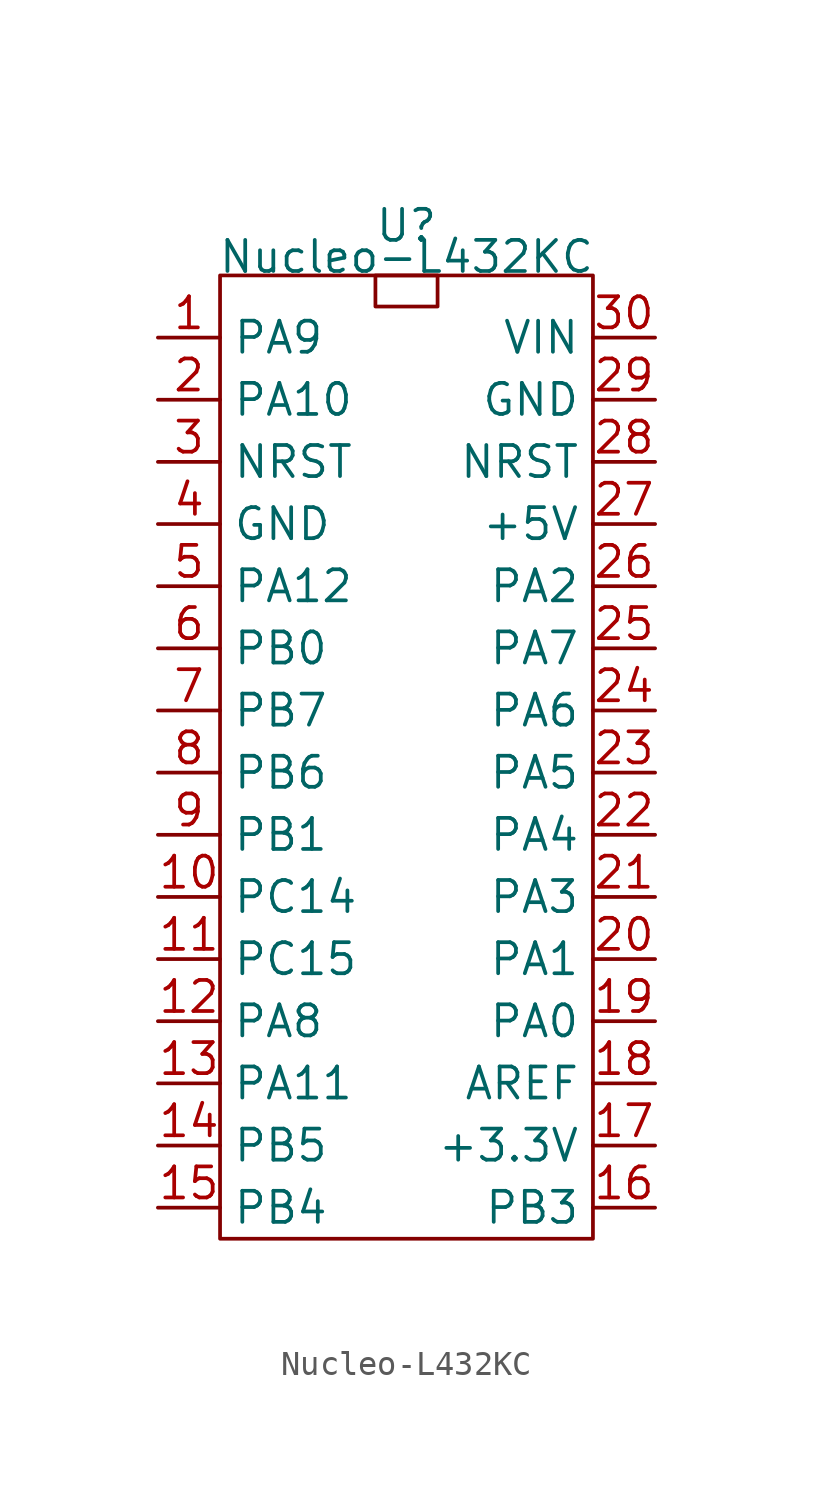
<source format=kicad_sym>
(kicad_symbol_lib
  (version 20241209)
  (generator "kicad_symbol_editor")
  (generator_version "9.0")
  (symbol "Nucleo-L432KC"
    (property "Reference" "U"
      (at 0 2.032 0)
      (effects (font (size 1.27 1.27))))
    (property "Value" "Nucleo-L432KC"
      (at 0 0.762 0)
      (effects (font (size 1.27 1.27))))
    (symbol "Nucleo-L432KC_0_1"
      (rectangle (start -7.62 0) (end 7.62 -39.37) (stroke (width 0) (type default)) (fill (type none)))
      (rectangle (start -1.27 0) (end 1.27 -1.27) (stroke (width 0) (type default)) (fill (type none))))
    (symbol "Nucleo-L432KC_1_1"
      (pin bidirectional line (at -10.16 -2.54 0) (length 2.54) (name "PA9" (effects (font (size 1.27 1.27)))) (number "1" (effects (font (size 1.27 1.27)))))
      (pin bidirectional line (at -10.16 -5.08 0) (length 2.54) (name "PA10" (effects (font (size 1.27 1.27)))) (number "2" (effects (font (size 1.27 1.27)))))
      (pin bidirectional line (at -10.16 -7.62 0) (length 2.54) (name "NRST" (effects (font (size 1.27 1.27)))) (number "3" (effects (font (size 1.27 1.27)))))
      (pin bidirectional line (at -10.16 -10.16 0) (length 2.54) (name "GND" (effects (font (size 1.27 1.27)))) (number "4" (effects (font (size 1.27 1.27)))))
      (pin bidirectional line (at -10.16 -12.7 0) (length 2.54) (name "PA12" (effects (font (size 1.27 1.27)))) (number "5" (effects (font (size 1.27 1.27)))))
      (pin bidirectional line (at -10.16 -15.24 0) (length 2.54) (name "PB0" (effects (font (size 1.27 1.27)))) (number "6" (effects (font (size 1.27 1.27)))))
      (pin bidirectional line (at -10.16 -17.78 0) (length 2.54) (name "PB7" (effects (font (size 1.27 1.27)))) (number "7" (effects (font (size 1.27 1.27)))))
      (pin bidirectional line (at -10.16 -20.32 0) (length 2.54) (name "PB6" (effects (font (size 1.27 1.27)))) (number "8" (effects (font (size 1.27 1.27)))))
      (pin bidirectional line (at -10.16 -22.86 0) (length 2.54) (name "PB1" (effects (font (size 1.27 1.27)))) (number "9" (effects (font (size 1.27 1.27)))))
      (pin bidirectional line (at -10.16 -25.4 0) (length 2.54) (name "PC14" (effects (font (size 1.27 1.27)))) (number "10" (effects (font (size 1.27 1.27)))))
      (pin bidirectional line (at -10.16 -27.94 0) (length 2.54) (name "PC15" (effects (font (size 1.27 1.27)))) (number "11" (effects (font (size 1.27 1.27)))))
      (pin bidirectional line (at -10.16 -30.48 0) (length 2.54) (name "PA8" (effects (font (size 1.27 1.27)))) (number "12" (effects (font (size 1.27 1.27)))))
      (pin bidirectional line (at -10.16 -33.02 0) (length 2.54) (name "PA11" (effects (font (size 1.27 1.27)))) (number "13" (effects (font (size 1.27 1.27)))))
      (pin bidirectional line (at -10.16 -35.56 0) (length 2.54) (name "PB5" (effects (font (size 1.27 1.27)))) (number "14" (effects (font (size 1.27 1.27)))))
      (pin bidirectional line (at -10.16 -38.1 0) (length 2.54) (name "PB4" (effects (font (size 1.27 1.27)))) (number "15" (effects (font (size 1.27 1.27)))))
      (pin bidirectional line (at 10.16 -2.54 180) (length 2.54) (name "VIN" (effects (font (size 1.27 1.27)))) (number "30" (effects (font (size 1.27 1.27)))))
      (pin bidirectional line (at 10.16 -5.08 180) (length 2.54) (name "GND" (effects (font (size 1.27 1.27)))) (number "29" (effects (font (size 1.27 1.27)))))
      (pin bidirectional line (at 10.16 -7.62 180) (length 2.54) (name "NRST" (effects (font (size 1.27 1.27)))) (number "28" (effects (font (size 1.27 1.27)))))
      (pin bidirectional line (at 10.16 -10.16 180) (length 2.54) (name "+5V" (effects (font (size 1.27 1.27)))) (number "27" (effects (font (size 1.27 1.27)))))
      (pin bidirectional line (at 10.16 -12.7 180) (length 2.54) (name "PA2" (effects (font (size 1.27 1.27)))) (number "26" (effects (font (size 1.27 1.27)))))
      (pin bidirectional line (at 10.16 -15.24 180) (length 2.54) (name "PA7" (effects (font (size 1.27 1.27)))) (number "25" (effects (font (size 1.27 1.27)))))
      (pin bidirectional line (at 10.16 -17.78 180) (length 2.54) (name "PA6" (effects (font (size 1.27 1.27)))) (number "24" (effects (font (size 1.27 1.27)))))
      (pin bidirectional line (at 10.16 -20.32 180) (length 2.54) (name "PA5" (effects (font (size 1.27 1.27)))) (number "23" (effects (font (size 1.27 1.27)))))
      (pin bidirectional line (at 10.16 -22.86 180) (length 2.54) (name "PA4" (effects (font (size 1.27 1.27)))) (number "22" (effects (font (size 1.27 1.27)))))
      (pin bidirectional line (at 10.16 -25.4 180) (length 2.54) (name "PA3" (effects (font (size 1.27 1.27)))) (number "21" (effects (font (size 1.27 1.27)))))
      (pin bidirectional line (at 10.16 -27.94 180) (length 2.54) (name "PA1" (effects (font (size 1.27 1.27)))) (number "20" (effects (font (size 1.27 1.27)))))
      (pin bidirectional line (at 10.16 -30.48 180) (length 2.54) (name "PA0" (effects (font (size 1.27 1.27)))) (number "19" (effects (font (size 1.27 1.27)))))
      (pin bidirectional line (at 10.16 -33.02 180) (length 2.54) (name "AREF" (effects (font (size 1.27 1.27)))) (number "18" (effects (font (size 1.27 1.27)))))
      (pin bidirectional line (at 10.16 -35.56 180) (length 2.54) (name "+3.3V" (effects (font (size 1.27 1.27)))) (number "17" (effects (font (size 1.27 1.27)))))
      (pin bidirectional line (at 10.16 -38.1 180) (length 2.54) (name "PB3" (effects (font (size 1.27 1.27)))) (number "16" (effects (font (size 1.27 1.27))))))))
</source>
